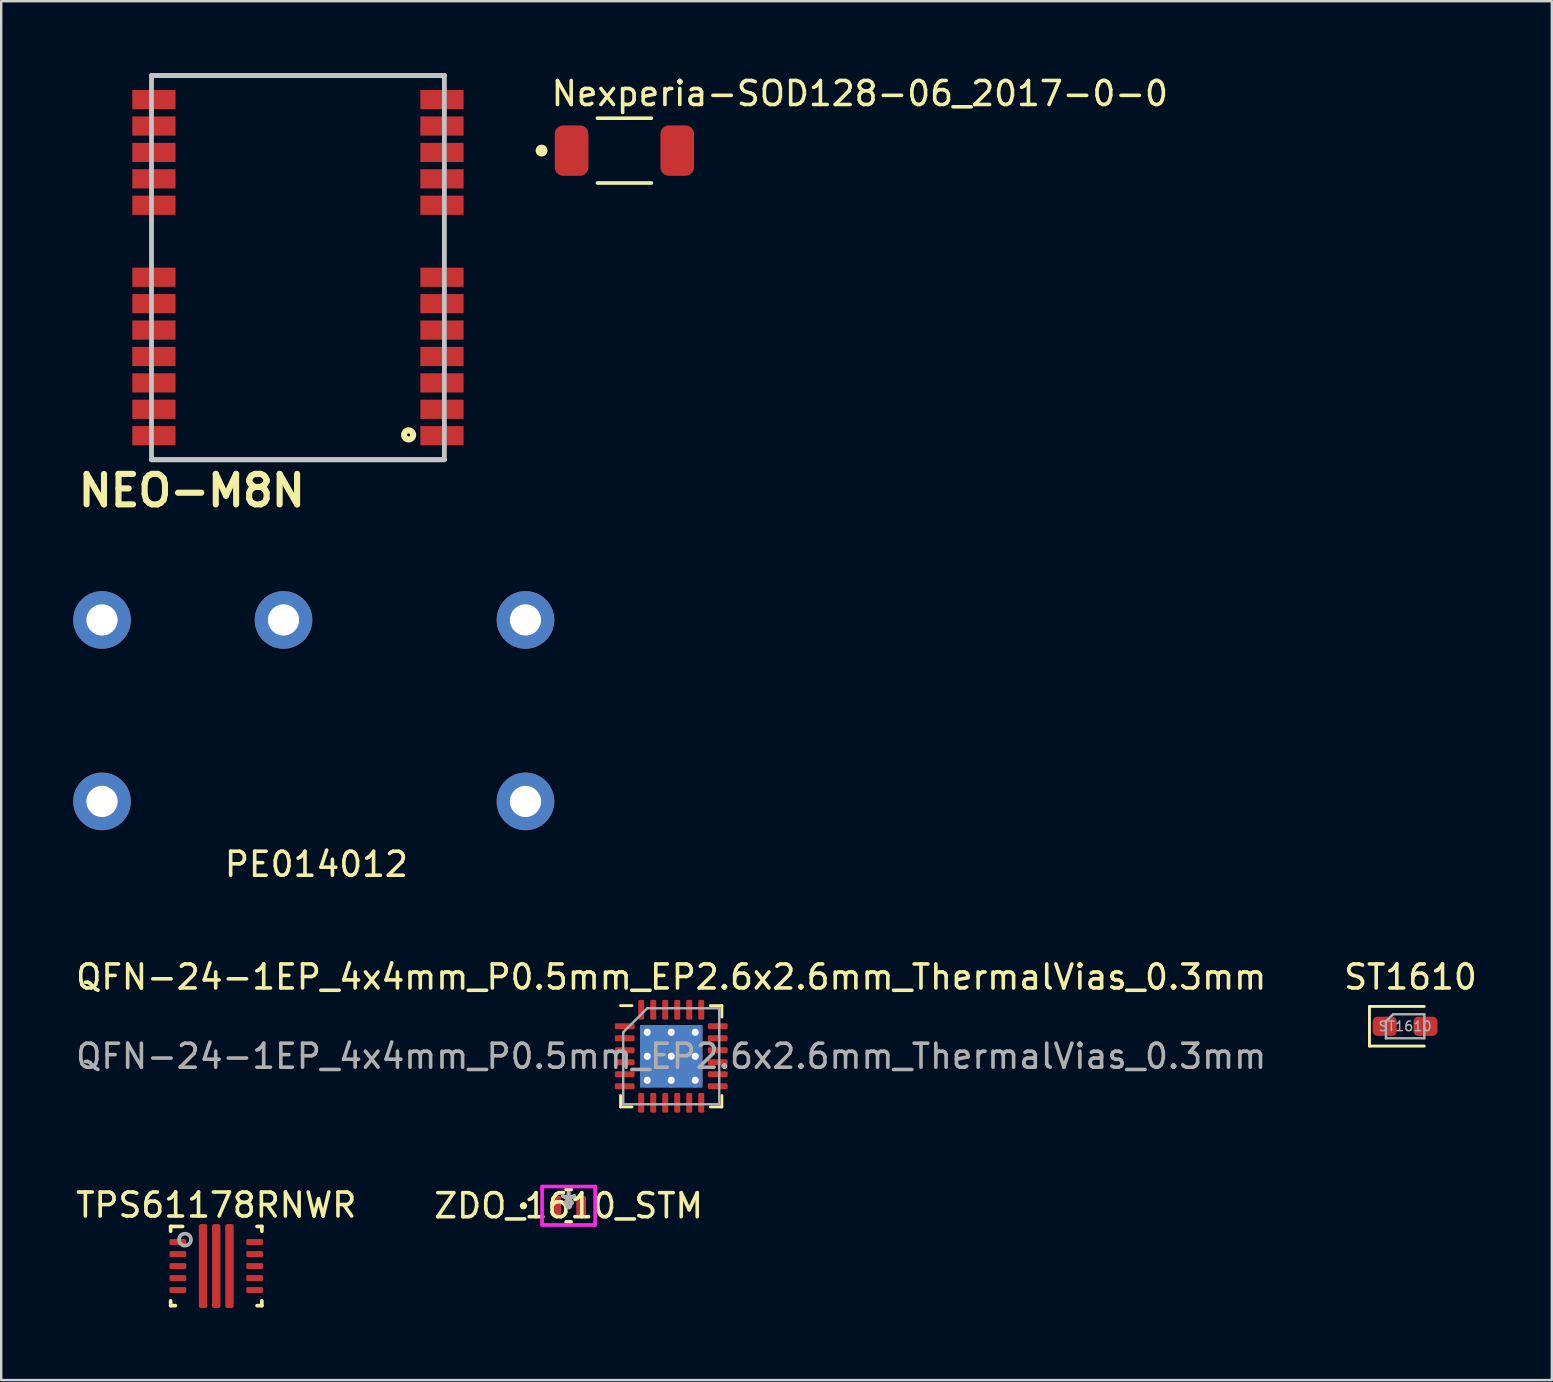
<source format=kicad_pcb>
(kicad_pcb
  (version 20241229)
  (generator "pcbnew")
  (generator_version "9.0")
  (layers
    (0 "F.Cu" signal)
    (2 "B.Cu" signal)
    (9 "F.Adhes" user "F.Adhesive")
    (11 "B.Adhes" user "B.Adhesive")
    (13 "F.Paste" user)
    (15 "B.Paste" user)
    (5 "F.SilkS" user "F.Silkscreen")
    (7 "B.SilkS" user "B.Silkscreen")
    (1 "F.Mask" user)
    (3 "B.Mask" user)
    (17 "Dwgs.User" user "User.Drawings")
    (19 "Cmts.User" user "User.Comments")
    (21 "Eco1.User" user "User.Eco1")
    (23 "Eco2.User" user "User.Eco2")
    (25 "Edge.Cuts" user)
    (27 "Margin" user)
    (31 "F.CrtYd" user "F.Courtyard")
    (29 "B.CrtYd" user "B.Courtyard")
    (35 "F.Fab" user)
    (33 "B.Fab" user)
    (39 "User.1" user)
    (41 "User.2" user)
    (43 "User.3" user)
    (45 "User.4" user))
  (footprint "ST1610"
    (layer "F.Cu")
    (at 55.483 39.701)
    (property "Reference" "ST1610" (at 0.225 -2.05 0) (layer "F.SilkS") (effects (font (size 1 1) (thickness 0.15))))
    (attr smd)
    (fp_line (start -1.485 -0.825) (end -1.485 0.825) (stroke (width 0.12) (type solid)) (layer "F.SilkS"))
    (fp_line (start -1.485 0.825) (end 0.8 0.825) (stroke (width 0.12) (type solid)) (layer "F.SilkS"))
    (fp_line (start 0.8 -0.825) (end -1.485 -0.825) (stroke (width 0.12) (type solid)) (layer "F.SilkS"))
    (fp_rect (start 0 0) (end 0 0) (stroke (width 0.05) (type solid)) (fill no) (layer "F.CrtYd"))
    (fp_line (start -0.8 -0.2) (end -0.8 0.5) (stroke (width 0.1) (type solid)) (layer "F.Fab"))
    (fp_line (start -0.8 0.5) (end 0.8 0.5) (stroke (width 0.1) (type solid)) (layer "F.Fab"))
    (fp_line (start -0.5 -0.5) (end -0.8 -0.2) (stroke (width 0.1) (type solid)) (layer "F.Fab"))
    (fp_line (start 0.8 -0.5) (end -0.5 -0.5) (stroke (width 0.1) (type solid)) (layer "F.Fab"))
    (fp_line (start 0.8 0.5) (end 0.8 -0.5) (stroke (width 0.1) (type solid)) (layer "F.Fab"))
    (fp_text user "${REFERENCE}" (at 0 0 0) (layer "F.Fab") (effects (font (size 0.4 0.4) (thickness 0.06))))
    (pad "1" smd roundrect (at -0.85 0) (size 1 0.8) (layers "F.Cu" "F.Mask" "F.Paste") (roundrect_rratio 0.25))
    (pad "2" smd roundrect (at 0.85 0) (size 1 0.8) (layers "F.Cu" "F.Mask" "F.Paste") (roundrect_rratio 0.25)))
  (footprint "QFN-24-1EP_4x4mm_P0.5mm_EP2.6x2.6mm_ThermalVias_0.3mm"
    (layer "F.Cu")
    (at 24.911 40.951)
    (property "Reference" "QFN-24-1EP_4x4mm_P0.5mm_EP2.6x2.6mm_ThermalVias_0.3mm" (at 0 -3.3 0) (layer "F.SilkS") (effects (font (size 1 1) (thickness 0.15))))
    (attr smd)
    (fp_line (start -2.11 2.11) (end -2.11 1.635) (stroke (width 0.12) (type solid)) (layer "F.SilkS"))
    (fp_line (start -1.635 -2.11) (end -2.11 -2.11) (stroke (width 0.12) (type solid)) (layer "F.SilkS"))
    (fp_line (start -1.635 2.11) (end -2.11 2.11) (stroke (width 0.12) (type solid)) (layer "F.SilkS"))
    (fp_line (start 1.635 -2.11) (end 2.11 -2.11) (stroke (width 0.12) (type solid)) (layer "F.SilkS"))
    (fp_line (start 1.635 2.11) (end 2.11 2.11) (stroke (width 0.12) (type solid)) (layer "F.SilkS"))
    (fp_line (start 2.11 -2.11) (end 2.11 -1.635) (stroke (width 0.12) (type solid)) (layer "F.SilkS"))
    (fp_line (start 2.11 2.11) (end 2.11 1.635) (stroke (width 0.12) (type solid)) (layer "F.SilkS"))
    (fp_rect (start 0 0) (end 0 0) (stroke (width 0.05) (type solid)) (fill no) (layer "F.CrtYd"))
    (fp_line (start -2 -1) (end -1 -2) (stroke (width 0.1) (type solid)) (layer "F.Fab"))
    (fp_line (start -2 2) (end -2 -1) (stroke (width 0.1) (type solid)) (layer "F.Fab"))
    (fp_line (start -1 -2) (end 2 -2) (stroke (width 0.1) (type solid)) (layer "F.Fab"))
    (fp_line (start 2 -2) (end 2 2) (stroke (width 0.1) (type solid)) (layer "F.Fab"))
    (fp_line (start 2 2) (end -2 2) (stroke (width 0.1) (type solid)) (layer "F.Fab"))
    (fp_text user "${REFERENCE}" (at 0 0 0) (layer "F.Fab") (effects (font (size 1 1) (thickness 0.15))))
    (pad "" smd roundrect (at -0.65 -0.65) (size 1.13 1.13) (layers "F.Paste") (roundrect_rratio 0.221))
    (pad "" smd roundrect (at -0.65 0.65) (size 1.13 1.13) (layers "F.Paste") (roundrect_rratio 0.221))
    (pad "" smd roundrect (at 0.65 -0.65) (size 1.13 1.13) (layers "F.Paste") (roundrect_rratio 0.221))
    (pad "" smd roundrect (at 0.65 0.65) (size 1.13 1.13) (layers "F.Paste") (roundrect_rratio 0.221))
    (pad "1" smd roundrect (at -1.938 -1.25) (size 0.825 0.25) (layers "F.Cu" "F.Mask" "F.Paste") (roundrect_rratio 0.25))
    (pad "2" smd roundrect (at -1.938 -0.75) (size 0.825 0.25) (layers "F.Cu" "F.Mask" "F.Paste") (roundrect_rratio 0.25))
    (pad "3" smd roundrect (at -1.938 -0.25) (size 0.825 0.25) (layers "F.Cu" "F.Mask" "F.Paste") (roundrect_rratio 0.25))
    (pad "4" smd roundrect (at -1.938 0.25) (size 0.825 0.25) (layers "F.Cu" "F.Mask" "F.Paste") (roundrect_rratio 0.25))
    (pad "5" smd roundrect (at -1.938 0.75) (size 0.825 0.25) (layers "F.Cu" "F.Mask" "F.Paste") (roundrect_rratio 0.25))
    (pad "6" smd roundrect (at -1.938 1.25) (size 0.825 0.25) (layers "F.Cu" "F.Mask" "F.Paste") (roundrect_rratio 0.25))
    (pad "7" smd roundrect (at -1.25 1.938) (size 0.25 0.825) (layers "F.Cu" "F.Mask" "F.Paste") (roundrect_rratio 0.25))
    (pad "8" smd roundrect (at -0.75 1.938) (size 0.25 0.825) (layers "F.Cu" "F.Mask" "F.Paste") (roundrect_rratio 0.25))
    (pad "9" smd roundrect (at -0.25 1.938) (size 0.25 0.825) (layers "F.Cu" "F.Mask" "F.Paste") (roundrect_rratio 0.25))
    (pad "10" smd roundrect (at 0.25 1.938) (size 0.25 0.825) (layers "F.Cu" "F.Mask" "F.Paste") (roundrect_rratio 0.25))
    (pad "11" smd roundrect (at 0.75 1.938) (size 0.25 0.825) (layers "F.Cu" "F.Mask" "F.Paste") (roundrect_rratio 0.25))
    (pad "12" smd roundrect (at 1.25 1.938) (size 0.25 0.825) (layers "F.Cu" "F.Mask" "F.Paste") (roundrect_rratio 0.25))
    (pad "13" smd roundrect (at 1.938 1.25) (size 0.825 0.25) (layers "F.Cu" "F.Mask" "F.Paste") (roundrect_rratio 0.25))
    (pad "14" smd roundrect (at 1.938 0.75) (size 0.825 0.25) (layers "F.Cu" "F.Mask" "F.Paste") (roundrect_rratio 0.25))
    (pad "15" smd roundrect (at 1.938 0.25) (size 0.825 0.25) (layers "F.Cu" "F.Mask" "F.Paste") (roundrect_rratio 0.25))
    (pad "16" smd roundrect (at 1.938 -0.25) (size 0.825 0.25) (layers "F.Cu" "F.Mask" "F.Paste") (roundrect_rratio 0.25))
    (pad "17" smd roundrect (at 1.938 -0.75) (size 0.825 0.25) (layers "F.Cu" "F.Mask" "F.Paste") (roundrect_rratio 0.25))
    (pad "18" smd roundrect (at 1.938 -1.25) (size 0.825 0.25) (layers "F.Cu" "F.Mask" "F.Paste") (roundrect_rratio 0.25))
    (pad "19" smd roundrect (at 1.25 -1.938) (size 0.25 0.825) (layers "F.Cu" "F.Mask" "F.Paste") (roundrect_rratio 0.25))
    (pad "20" smd roundrect (at 0.75 -1.938) (size 0.25 0.825) (layers "F.Cu" "F.Mask" "F.Paste") (roundrect_rratio 0.25))
    (pad "21" smd roundrect (at 0.25 -1.938) (size 0.25 0.825) (layers "F.Cu" "F.Mask" "F.Paste") (roundrect_rratio 0.25))
    (pad "22" smd roundrect (at -0.25 -1.938) (size 0.25 0.825) (layers "F.Cu" "F.Mask" "F.Paste") (roundrect_rratio 0.25))
    (pad "23" smd roundrect (at -0.75 -1.938) (size 0.25 0.825) (layers "F.Cu" "F.Mask" "F.Paste") (roundrect_rratio 0.25))
    (pad "24" smd roundrect (at -1.25 -1.938) (size 0.25 0.825) (layers "F.Cu" "F.Mask" "F.Paste") (roundrect_rratio 0.25))
    (pad "25" thru_hole circle (at -1 -1) (size 0.6 0.6) (drill 0.3) (layers "*.Cu"))
    (pad "25" thru_hole circle (at -1 0) (size 0.6 0.6) (drill 0.3) (layers "*.Cu"))
    (pad "25" thru_hole circle (at -1 1) (size 0.6 0.6) (drill 0.3) (layers "*.Cu"))
    (pad "25" thru_hole circle (at 0 -1) (size 0.6 0.6) (drill 0.3) (layers "*.Cu"))
    (pad "25" thru_hole circle (at 0 0) (size 0.6 0.6) (drill 0.3) (layers "*.Cu"))
    (pad "25" smd rect (at 0 0) (size 2.6 2.6) (layers "F.Cu" "F.Mask"))
    (pad "25" smd rect (at 0 0) (size 2.6 2.6) (layers "B.Cu"))
    (pad "25" thru_hole circle (at 0 1) (size 0.6 0.6) (drill 0.3) (layers "*.Cu"))
    (pad "25" thru_hole circle (at 1 -1) (size 0.6 0.6) (drill 0.3) (layers "*.Cu"))
    (pad "25" thru_hole circle (at 1 0) (size 0.6 0.6) (drill 0.3) (layers "*.Cu"))
    (pad "25" thru_hole circle (at 1 1) (size 0.6 0.6) (drill 0.3) (layers "*.Cu")))
  (footprint "ZDO_1610_STM"
    (layer "F.Cu")
    (at 20.637 47.178)
    (property "Reference" "ZDO_1610_STM" (at 0 0 0) (layer "F.SilkS") (effects (font (size 1 1) (thickness 0.15))))
    (attr through_hole)
    (fp_line (start -0.103 0.673) (end 0.103 0.673) (stroke (width 0.152) (type solid)) (layer "F.SilkS"))
    (fp_line (start 0.103 -0.673) (end -0.103 -0.673) (stroke (width 0.152) (type solid)) (layer "F.SilkS"))
    (fp_circle (center -1.88 0) (end -1.803 0) (stroke (width 0.152) (type solid)) (fill no) (layer "F.SilkS"))
    (fp_line (start -1.105 -0.8) (end 1.105 -0.8) (stroke (width 0.152) (type solid)) (layer "F.CrtYd"))
    (fp_line (start -1.105 -0.673) (end -1.105 -0.8) (stroke (width 0.152) (type solid)) (layer "F.CrtYd"))
    (fp_line (start -1.105 0.673) (end -1.105 -0.673) (stroke (width 0.152) (type solid)) (layer "F.CrtYd"))
    (fp_line (start -1.105 0.8) (end -1.105 0.673) (stroke (width 0.152) (type solid)) (layer "F.CrtYd"))
    (fp_line (start 1.105 -0.8) (end 1.105 -0.673) (stroke (width 0.152) (type solid)) (layer "F.CrtYd"))
    (fp_line (start 1.105 -0.673) (end 1.105 0.673) (stroke (width 0.152) (type solid)) (layer "F.CrtYd"))
    (fp_line (start 1.105 0.673) (end 1.105 0.8) (stroke (width 0.152) (type solid)) (layer "F.CrtYd"))
    (fp_line (start 1.105 0.8) (end -1.105 0.8) (stroke (width 0.152) (type solid)) (layer "F.CrtYd"))
    (fp_rect (start 0 0) (end 0 0) (stroke (width 0.152) (type solid)) (fill no) (layer "F.Fab"))
    (fp_circle (center 0 0) (end 0.076 0) (stroke (width 0.152) (type solid)) (fill no) (layer "F.Fab"))
    (fp_text user "*" (at 0 0 0) (layer "F.SilkS") (effects (font (size 1 1) (thickness 0.15))))
    (fp_text user "*" (at 0 0 0) (layer "F.Fab") (effects (font (size 1 1) (thickness 0.15))))
    (pad "1" smd roundrect (at -0.521 0) (size 0.406 0.838) (layers "F.Cu" "F.Mask" "F.Paste") (roundrect_rratio 0.25))
    (pad "2" smd roundrect (at 0.521 0) (size 0.406 0.838) (layers "F.Cu" "F.Mask" "F.Paste") (roundrect_rratio 0.25)))
  (footprint "PE014012"
    (layer "F.Cu")
    (at 18.84 22.775)
    (property "Reference" "PE014012" (at -8.71 10.18 0) (layer "F.SilkS") (effects (font (size 1 1) (thickness 0.15))))
    (attr through_hole)
    (fp_rect (start 0 0) (end 0 0) (stroke (width 0.12) (type solid)) (fill no) (layer "F.SilkS"))
    (pad "11" thru_hole circle (at -10.08 0) (size 2.4 2.4) (drill 1.3) (layers "*.Cu" "*.Mask"))
    (pad "12" thru_hole circle (at -17.64 7.56) (size 2.4 2.4) (drill 1.3) (layers "*.Cu" "*.Mask"))
    (pad "14" thru_hole circle (at -17.64 0) (size 2.4 2.4) (drill 1.3) (layers "*.Cu" "*.Mask"))
    (pad "A1" thru_hole circle (at 0 0) (size 2.4 2.4) (drill 1.3) (layers "*.Cu" "*.Mask"))
    (pad "A2" thru_hole circle (at 0 7.56) (size 2.4 2.4) (drill 1.3) (layers "*.Cu" "*.Mask")))
  (footprint "TPS61178RNWR"
    (layer "F.Cu")
    (at 5.958 49.69)
    (property "Reference" "TPS61178RNWR" (at 0 -2.54 0) (layer "F.SilkS") (effects (font (size 1 1) (thickness 0.15))))
    (attr smd)
    (fp_line (start -1.9 -1.65) (end -1.4 -1.65) (stroke (width 0.152) (type solid)) (layer "F.SilkS"))
    (fp_line (start -1.9 -1.45) (end -1.9 -1.65) (stroke (width 0.152) (type solid)) (layer "F.SilkS"))
    (fp_line (start -1.9 1.65) (end -1.9 1.45) (stroke (width 0.152) (type solid)) (layer "F.SilkS"))
    (fp_line (start -1.9 1.65) (end -1.7 1.65) (stroke (width 0.152) (type solid)) (layer "F.SilkS"))
    (fp_line (start 1.7 -1.65) (end 1.9 -1.65) (stroke (width 0.152) (type solid)) (layer "F.SilkS"))
    (fp_line (start 1.7 1.65) (end 1.9 1.65) (stroke (width 0.152) (type solid)) (layer "F.SilkS"))
    (fp_line (start 1.9 -1.45) (end 1.9 -1.65) (stroke (width 0.152) (type solid)) (layer "F.SilkS"))
    (fp_line (start 1.9 1.65) (end 1.9 1.45) (stroke (width 0.152) (type solid)) (layer "F.SilkS"))
    (fp_rect (start 0 0) (end 0 0) (stroke (width 0.152) (type solid)) (fill no) (layer "F.Fab"))
    (fp_circle (center -1.3 -1.1) (end -1.05 -1.1) (stroke (width 0.152) (type solid)) (fill no) (layer "F.Fab"))
    (pad "1" smd roundrect (at -1.6 -1) (size 0.7 0.25) (layers "F.Cu" "F.Mask" "F.Paste") (roundrect_rratio 0.25))
    (pad "2" smd roundrect (at -1.6 -0.5) (size 0.7 0.25) (layers "F.Cu" "F.Mask" "F.Paste") (roundrect_rratio 0.25))
    (pad "3" smd roundrect (at -1.6 0) (size 0.7 0.25) (layers "F.Cu" "F.Mask" "F.Paste") (roundrect_rratio 0.25))
    (pad "4" smd roundrect (at -1.6 0.5) (size 0.7 0.25) (layers "F.Cu" "F.Mask" "F.Paste") (roundrect_rratio 0.25))
    (pad "5" smd roundrect (at -1.6 1) (size 0.7 0.25) (layers "F.Cu" "F.Mask" "F.Paste") (roundrect_rratio 0.25))
    (pad "6" smd roundrect (at -0.55 0) (size 0.35 3.5) (layers "F.Cu" "F.Mask" "F.Paste") (roundrect_rratio 0.25))
    (pad "7" smd roundrect (at 0 0) (size 0.35 3.5) (layers "F.Cu" "F.Mask" "F.Paste") (roundrect_rratio 0.25))
    (pad "8" smd roundrect (at 0.55 0) (size 0.35 3.5) (layers "F.Cu" "F.Mask" "F.Paste") (roundrect_rratio 0.25))
    (pad "9" smd roundrect (at 1.6 1) (size 0.7 0.25) (layers "F.Cu" "F.Mask" "F.Paste") (roundrect_rratio 0.25))
    (pad "10" smd roundrect (at 1.6 0.5) (size 0.7 0.25) (layers "F.Cu" "F.Mask" "F.Paste") (roundrect_rratio 0.25))
    (pad "11" smd roundrect (at 1.6 0) (size 0.7 0.25) (layers "F.Cu" "F.Mask" "F.Paste") (roundrect_rratio 0.25))
    (pad "12" smd roundrect (at 1.6 -0.5) (size 0.7 0.25) (layers "F.Cu" "F.Mask" "F.Paste") (roundrect_rratio 0.25))
    (pad "13" smd roundrect (at 1.6 -1) (size 0.7 0.25) (layers "F.Cu" "F.Mask" "F.Paste") (roundrect_rratio 0.25)))
  (footprint "NEO-M8N"
    (layer "F.Cu")
    (at 9.361 8.1)
    (property "Reference" "NEO-M8N" (at -4.42 9.286 0) (layer "F.SilkS") (effects (font (size 1.27 1.27) (thickness 0.254))))
    (attr smd)
    (fp_line (start -6.1 8) (end 6.1 8) (stroke (width 0.2) (type solid)) (layer "F.SilkS"))
    (fp_line (start 6.1 -8) (end -6.1 -8) (stroke (width 0.2) (type solid)) (layer "F.SilkS"))
    (fp_circle (center 4.61 6.967) (end 4.548 6.967) (stroke (width 0.254) (type solid)) (fill no) (layer "F.SilkS"))
    (fp_line (start -6.1 -8) (end 6.1 -8) (stroke (width 0.2) (type solid)) (layer "Dwgs.User"))
    (fp_line (start -6.1 8) (end -6.1 -8) (stroke (width 0.2) (type solid)) (layer "Dwgs.User"))
    (fp_line (start 6.1 -8) (end 6.1 8) (stroke (width 0.2) (type solid)) (layer "Dwgs.User"))
    (fp_line (start 6.1 8) (end -6.1 8) (stroke (width 0.2) (type solid)) (layer "Dwgs.User"))
    (pad "1" smd rect (at 6 7 90) (size 0.8 1.8) (layers "F.Cu" "F.Mask" "F.Paste"))
    (pad "2" smd rect (at 6 5.9 90) (size 0.8 1.8) (layers "F.Cu" "F.Mask" "F.Paste"))
    (pad "3" smd rect (at 6 4.8 90) (size 0.8 1.8) (layers "F.Cu" "F.Mask" "F.Paste"))
    (pad "4" smd rect (at 6 3.7 90) (size 0.8 1.8) (layers "F.Cu" "F.Mask" "F.Paste"))
    (pad "5" smd rect (at 6 2.6 90) (size 0.8 1.8) (layers "F.Cu" "F.Mask" "F.Paste"))
    (pad "6" smd rect (at 6 1.5 90) (size 0.8 1.8) (layers "F.Cu" "F.Mask" "F.Paste"))
    (pad "7" smd rect (at 6 0.4 90) (size 0.8 1.8) (layers "F.Cu" "F.Mask" "F.Paste"))
    (pad "8" smd rect (at 6 -2.6 90) (size 0.8 1.8) (layers "F.Cu" "F.Mask" "F.Paste"))
    (pad "9" smd rect (at 6 -3.7 90) (size 0.8 1.8) (layers "F.Cu" "F.Mask" "F.Paste"))
    (pad "10" smd rect (at 6 -4.8 90) (size 0.8 1.8) (layers "F.Cu" "F.Mask" "F.Paste"))
    (pad "11" smd rect (at 6 -5.9 90) (size 0.8 1.8) (layers "F.Cu" "F.Mask" "F.Paste"))
    (pad "12" smd rect (at 6 -7 90) (size 0.8 1.8) (layers "F.Cu" "F.Mask" "F.Paste"))
    (pad "13" smd rect (at -6 -7 90) (size 0.8 1.8) (layers "F.Cu" "F.Mask" "F.Paste"))
    (pad "14" smd rect (at -6 -5.9 90) (size 0.8 1.8) (layers "F.Cu" "F.Mask" "F.Paste"))
    (pad "15" smd rect (at -6 -4.8 90) (size 0.8 1.8) (layers "F.Cu" "F.Mask" "F.Paste"))
    (pad "16" smd rect (at -6 -3.7 90) (size 0.8 1.8) (layers "F.Cu" "F.Mask" "F.Paste"))
    (pad "17" smd rect (at -6 -2.6 90) (size 0.8 1.8) (layers "F.Cu" "F.Mask" "F.Paste"))
    (pad "18" smd rect (at -6 0.4 90) (size 0.8 1.8) (layers "F.Cu" "F.Mask" "F.Paste"))
    (pad "19" smd rect (at -6 1.5 90) (size 0.8 1.8) (layers "F.Cu" "F.Mask" "F.Paste"))
    (pad "20" smd rect (at -6 2.6 90) (size 0.8 1.8) (layers "F.Cu" "F.Mask" "F.Paste"))
    (pad "21" smd rect (at -6 3.7 90) (size 0.8 1.8) (layers "F.Cu" "F.Mask" "F.Paste"))
    (pad "22" smd rect (at -6 4.8 90) (size 0.8 1.8) (layers "F.Cu" "F.Mask" "F.Paste"))
    (pad "23" smd rect (at -6 5.9 90) (size 0.8 1.8) (layers "F.Cu" "F.Mask" "F.Paste"))
    (pad "24" smd rect (at -6 7 90) (size 0.8 1.8) (layers "F.Cu" "F.Mask" "F.Paste")))
  (footprint "Nexperia-SOD128-06_2017-0-0"
    (layer "F.Cu")
    (at 22.961 3.223)
    (property "Reference" "Nexperia-SOD128-06_2017-0-0" (at -3.125 -2.375 0) (layer "F.SilkS") (effects (font (size 1 1) (thickness 0.15)) (justify left)))
    (attr through_hole)
    (fp_line (start -1.125 -1.35) (end 1.125 -1.35) (stroke (width 0.15) (type solid)) (layer "F.SilkS"))
    (fp_line (start -1.125 1.35) (end 1.125 1.35) (stroke (width 0.15) (type solid)) (layer "F.SilkS"))
    (fp_circle (center -3.45 0) (end -3.325 0) (stroke (width 0.25) (type solid)) (fill no) (layer "F.SilkS"))
    (fp_rect (start 0 0) (end 0 0) (stroke (width 0.15) (type solid)) (fill no) (layer "F.CrtYd"))
    (fp_rect (start 0 0) (end 0 0) (stroke (width 0.15) (type solid)) (fill no) (layer "F.Fab"))
    (pad "" smd roundrect (at -2.2 0) (size 1.2 1.9) (layers "F.Paste") (roundrect_rratio 0.25))
    (pad "" smd roundrect (at 2.2 0) (size 1.2 1.9) (layers "F.Paste") (roundrect_rratio 0.25))
    (pad "1" smd roundrect (at -2.2 0) (size 1.4 2.1) (layers "F.Cu" "F.Mask") (roundrect_rratio 0.25))
    (pad "2" smd roundrect (at 2.2 0) (size 1.4 2.1) (layers "F.Cu" "F.Mask") (roundrect_rratio 0.25)))
  (gr_rect
    (start -3 -3)
    (end 61.595 54.44)
    (stroke (width 0.1) (type default))
    (fill no)
    (layer "Edge.Cuts")))
</source>
